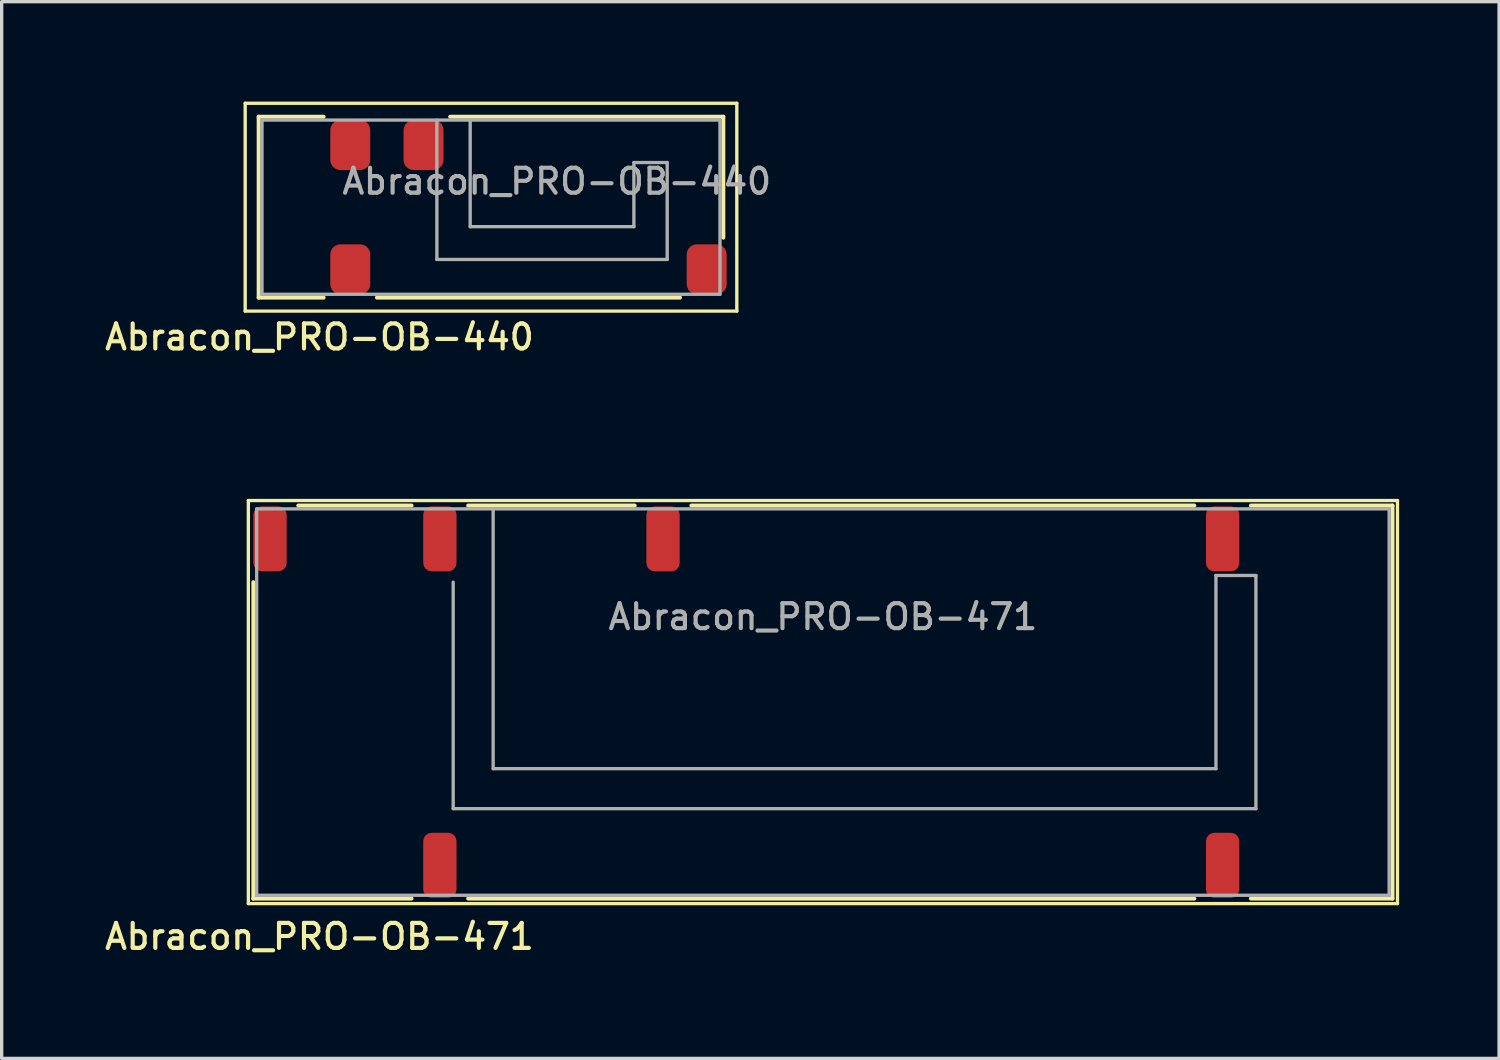
<source format=kicad_pcb>
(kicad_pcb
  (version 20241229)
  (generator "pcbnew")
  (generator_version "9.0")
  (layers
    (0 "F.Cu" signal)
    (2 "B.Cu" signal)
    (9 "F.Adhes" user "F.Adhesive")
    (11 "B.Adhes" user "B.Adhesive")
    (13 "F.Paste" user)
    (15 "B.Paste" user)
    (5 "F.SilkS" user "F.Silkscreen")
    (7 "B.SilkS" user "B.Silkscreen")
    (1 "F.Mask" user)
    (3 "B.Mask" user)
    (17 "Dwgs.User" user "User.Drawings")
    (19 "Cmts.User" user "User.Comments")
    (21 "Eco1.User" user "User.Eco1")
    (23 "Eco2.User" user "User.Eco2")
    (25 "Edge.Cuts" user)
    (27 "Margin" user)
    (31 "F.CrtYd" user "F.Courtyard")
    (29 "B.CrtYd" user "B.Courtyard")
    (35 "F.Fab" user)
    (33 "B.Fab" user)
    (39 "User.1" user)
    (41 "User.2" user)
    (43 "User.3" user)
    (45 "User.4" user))
  (footprint "Abracon_PRO-OB-471"
    (layer "F.Cu")
    (at 21.656 18.028)
    (property "Reference" "Abracon_PRO-OB-471" (at -15.115 7.04 180) (layer "F.SilkS") (effects (font (size 0.75 0.75) (thickness 0.125))))
    (attr smd)
    (fp_line (start -17.25 -6.05) (end 17.25 -6.05) (stroke (width 0.1) (type solid)) (layer "F.SilkS"))
    (fp_line (start -17.25 6.05) (end -17.25 -6.05) (stroke (width 0.1) (type solid)) (layer "F.SilkS"))
    (fp_line (start -17.1 -3.6) (end -17.1 5.9) (stroke (width 0.12) (type solid)) (layer "F.SilkS"))
    (fp_line (start -17.1 5.9) (end -12.35 5.9) (stroke (width 0.12) (type solid)) (layer "F.SilkS"))
    (fp_line (start -15.75 -5.9) (end -12.35 -5.9) (stroke (width 0.12) (type solid)) (layer "F.SilkS"))
    (fp_line (start -10.65 -5.9) (end -5.65 -5.9) (stroke (width 0.12) (type solid)) (layer "F.SilkS"))
    (fp_line (start -10.65 5.9) (end 11.15 5.9) (stroke (width 0.12) (type solid)) (layer "F.SilkS"))
    (fp_line (start -3.95 -5.9) (end 11.15 -5.9) (stroke (width 0.12) (type solid)) (layer "F.SilkS"))
    (fp_line (start 12.85 5.9) (end 17.1 5.9) (stroke (width 0.12) (type solid)) (layer "F.SilkS"))
    (fp_line (start 17.1 -5.9) (end 12.85 -5.9) (stroke (width 0.12) (type solid)) (layer "F.SilkS"))
    (fp_line (start 17.1 5.9) (end 17.1 -5.9) (stroke (width 0.12) (type solid)) (layer "F.SilkS"))
    (fp_line (start 17.25 -6.05) (end 17.25 6.05) (stroke (width 0.1) (type solid)) (layer "F.SilkS"))
    (fp_line (start 17.25 6.05) (end -17.25 6.05) (stroke (width 0.1) (type solid)) (layer "F.SilkS"))
    (fp_line (start -17 -5.8) (end -17 5.8) (stroke (width 0.1) (type solid)) (layer "F.Fab"))
    (fp_line (start -17 5.8) (end 17 5.8) (stroke (width 0.1) (type solid)) (layer "F.Fab"))
    (fp_line (start -11.1 3.2) (end -11.1 -3.6) (stroke (width 0.1) (type solid)) (layer "F.Fab"))
    (fp_line (start -9.9 -5.8) (end -9.9 2) (stroke (width 0.1) (type solid)) (layer "F.Fab"))
    (fp_line (start -9.9 2) (end 11.8 2) (stroke (width 0.1) (type solid)) (layer "F.Fab"))
    (fp_line (start 11.8 -3.8) (end 13 -3.8) (stroke (width 0.1) (type solid)) (layer "F.Fab"))
    (fp_line (start 11.8 2) (end 11.8 -3.8) (stroke (width 0.1) (type solid)) (layer "F.Fab"))
    (fp_line (start 13 -3.8) (end 13 3.2) (stroke (width 0.1) (type solid)) (layer "F.Fab"))
    (fp_line (start 13 3.2) (end -11.1 3.2) (stroke (width 0.1) (type solid)) (layer "F.Fab"))
    (fp_line (start 17 -5.8) (end -17 -5.8) (stroke (width 0.1) (type solid)) (layer "F.Fab"))
    (fp_line (start 17 5.8) (end 17 -5.8) (stroke (width 0.1) (type solid)) (layer "F.Fab"))
    (fp_text user "${REFERENCE}" (at 0 -2.56 0) (layer "F.Fab") (effects (font (size 0.75 0.75) (thickness 0.125))))
    (pad "1" smd roundrect (at -11.5 -4.9) (size 1 1.95) (layers "F.Cu" "F.Mask" "F.Paste") (roundrect_rratio 0.25))
    (pad "2" smd roundrect (at -16.6 -4.9) (size 1 1.95) (layers "F.Cu" "F.Mask" "F.Paste") (roundrect_rratio 0.25))
    (pad "3" smd roundrect (at -11.5 4.9) (size 1 1.95) (layers "F.Cu" "F.Mask" "F.Paste") (roundrect_rratio 0.25))
    (pad "4" smd roundrect (at 12 4.9) (size 1 1.95) (layers "F.Cu" "F.Mask" "F.Paste") (roundrect_rratio 0.25))
    (pad "5" smd roundrect (at 12 -4.9) (size 1 1.95) (layers "F.Cu" "F.Mask" "F.Paste") (roundrect_rratio 0.25))
    (pad "6" smd roundrect (at -4.8 -4.9) (size 1 1.95) (layers "F.Cu" "F.Mask" "F.Paste") (roundrect_rratio 0.25))
    (zone (net_name "") (layers "F.Cu" "Dwgs.User") (hatch edge 0.508) (connect_pads) (min_thickness 0.254) (filled_areas_thickness no) (keepout (tracks allowed) (vias not_allowed) (pads allowed) (copperpour not_allowed) (footprints allowed)) (placement (enabled no)) (fill) (polygon (pts (xy 10.956 14.378) (xy 9.356 14.388) (xy 9.356 11.878) (xy 10.956 11.878))))
    (zone (net_name "") (layers "F.Cu" "Dwgs.User") (hatch edge 0.508) (connect_pads) (min_thickness 0.254) (filled_areas_thickness no) (keepout (tracks not_allowed) (vias not_allowed) (pads allowed) (copperpour not_allowed) (footprints allowed)) (placement (enabled no)) (fill) (polygon (pts (xy 12.106 25.328) (xy 8.206 25.328) (xy 8.206 20.528) (xy 12.106 20.528))))
    (zone (net_name "") (layers "F.Cu" "Dwgs.User") (hatch edge 0.508) (connect_pads) (min_thickness 0.254) (filled_areas_thickness no) (keepout (tracks not_allowed) (vias not_allowed) (pads allowed) (copperpour not_allowed) (footprints allowed)) (placement (enabled no)) (fill) (polygon (pts (xy 18.806 15.528) (xy 14.906 15.528) (xy 14.906 10.728) (xy 18.806 10.728))))
    (zone (net_name "") (layers "F.Cu" "Dwgs.User") (hatch edge 0.508) (connect_pads) (min_thickness 0.254) (filled_areas_thickness no) (keepout (tracks not_allowed) (vias not_allowed) (pads allowed) (copperpour not_allowed) (footprints allowed)) (placement (enabled no)) (fill) (polygon (pts (xy 35.606 15.528) (xy 31.706 15.528) (xy 31.706 10.728) (xy 35.606 10.728))))
    (zone (net_name "") (layers "F.Cu" "Dwgs.User") (hatch edge 0.508) (connect_pads) (min_thickness 0.254) (filled_areas_thickness no) (keepout (tracks not_allowed) (vias not_allowed) (pads allowed) (copperpour not_allowed) (footprints allowed)) (placement (enabled no)) (fill) (polygon (pts (xy 35.606 25.328) (xy 31.706 25.328) (xy 31.706 20.528) (xy 35.606 20.528))))
    (zone (net_name "") (layers "F.Cu" "Dwgs.User") (hatch edge 0.508) (connect_pads) (min_thickness 0.254) (filled_areas_thickness no) (keepout (tracks not_allowed) (vias not_allowed) (pads not_allowed) (copperpour not_allowed) (footprints allowed)) (placement (enabled no)) (fill) (polygon (pts (xy 4.956 12.153) (xy 4.556 12.153) (xy 4.556 13.028) (xy 4.256 13.028) (xy 4.256 11.878) (xy 4.956 11.878))))
    (zone (net_name "") (layers "F.Cu" "Dwgs.User") (hatch edge 0.508) (connect_pads) (min_thickness 0.254) (filled_areas_thickness no) (keepout (tracks not_allowed) (vias not_allowed) (pads not_allowed) (copperpour not_allowed) (footprints allowed)) (placement (enabled no)) (fill) (polygon (pts (xy 4.956 14.103) (xy 4.556 14.103) (xy 4.556 13.228) (xy 4.256 13.228) (xy 4.256 14.378) (xy 4.956 14.378))))
    (zone (net_name "") (layers "F.Cu" "Dwgs.User") (hatch edge 0.508) (connect_pads) (min_thickness 0.254) (filled_areas_thickness no) (keepout (tracks not_allowed) (vias not_allowed) (pads not_allowed) (copperpour not_allowed) (footprints allowed)) (placement (enabled no)) (fill) (polygon (pts (xy 5.156 12.153) (xy 5.556 12.153) (xy 5.556 13.028) (xy 5.856 13.028) (xy 5.856 11.878) (xy 5.156 11.878))))
    (zone (net_name "") (layers "F.Cu" "Dwgs.User") (hatch edge 0.508) (connect_pads) (min_thickness 0.254) (filled_areas_thickness no) (keepout (tracks not_allowed) (vias not_allowed) (pads not_allowed) (copperpour not_allowed) (footprints allowed)) (placement (enabled no)) (fill) (polygon (pts (xy 5.156 14.103) (xy 5.556 14.103) (xy 5.556 13.228) (xy 5.856 13.228) (xy 5.856 14.378) (xy 5.156 14.378))))
    (zone (net_name "") (layers "B.Cu" "Dwgs.User") (hatch edge 0.508) (connect_pads) (min_thickness 0.254) (filled_areas_thickness no) (keepout (tracks not_allowed) (vias not_allowed) (pads not_allowed) (copperpour not_allowed) (footprints allowed)) (placement (enabled no)) (fill) (polygon (pts (xy 10.956 14.378) (xy 9.356 14.378) (xy 9.356 11.878) (xy 10.956 11.878))))
    (zone (net_name "") (layers "B.Cu" "Dwgs.User") (hatch edge 0.508) (connect_pads) (min_thickness 0.254) (filled_areas_thickness no) (keepout (tracks not_allowed) (vias not_allowed) (pads not_allowed) (copperpour not_allowed) (footprints allowed)) (placement (enabled no)) (fill) (polygon (pts (xy 12.106 25.328) (xy 8.206 25.328) (xy 8.206 20.528) (xy 12.106 20.528))))
    (zone (net_name "") (layers "B.Cu" "Dwgs.User") (hatch edge 0.508) (connect_pads) (min_thickness 0.254) (filled_areas_thickness no) (keepout (tracks not_allowed) (vias not_allowed) (pads not_allowed) (copperpour not_allowed) (footprints allowed)) (placement (enabled no)) (fill) (polygon (pts (xy 18.806 15.528) (xy 14.906 15.528) (xy 14.906 10.728) (xy 18.806 10.728))))
    (zone (net_name "") (layers "B.Cu" "Dwgs.User") (hatch edge 0.508) (connect_pads) (min_thickness 0.254) (filled_areas_thickness no) (keepout (tracks not_allowed) (vias not_allowed) (pads not_allowed) (copperpour not_allowed) (footprints allowed)) (placement (enabled no)) (fill) (polygon (pts (xy 35.606 15.528) (xy 31.706 15.528) (xy 31.706 10.728) (xy 35.606 10.728))))
    (zone (net_name "") (layers "B.Cu" "Dwgs.User") (hatch edge 0.508) (connect_pads) (min_thickness 0.254) (filled_areas_thickness no) (keepout (tracks not_allowed) (vias not_allowed) (pads not_allowed) (copperpour not_allowed) (footprints allowed)) (placement (enabled no)) (fill) (polygon (pts (xy 35.606 25.328) (xy 31.706 25.328) (xy 31.706 20.528) (xy 35.606 20.528)))))
  (footprint "Abracon_PRO-OB-440"
    (layer "F.Cu")
    (at 11.691 3.17)
    (property "Reference" "Abracon_PRO-OB-440" (at -5.15 3.9 0) (layer "F.SilkS") (effects (font (size 0.75 0.75) (thickness 0.125))))
    (attr smd)
    (fp_line (start -7.38 -3.12) (end 7.38 -3.12) (stroke (width 0.1) (type solid)) (layer "F.SilkS"))
    (fp_line (start -7.38 3.12) (end -7.38 -3.12) (stroke (width 0.1) (type solid)) (layer "F.SilkS"))
    (fp_line (start -6.975 -2.715) (end -6.975 2.715) (stroke (width 0.12) (type solid)) (layer "F.SilkS"))
    (fp_line (start -6.975 2.715) (end -5.025 2.715) (stroke (width 0.12) (type solid)) (layer "F.SilkS"))
    (fp_line (start -5.025 -2.715) (end -6.975 -2.715) (stroke (width 0.12) (type solid)) (layer "F.SilkS"))
    (fp_line (start -3.425 2.715) (end 5.675 2.715) (stroke (width 0.12) (type solid)) (layer "F.SilkS"))
    (fp_line (start -1.225 -2.715) (end 6.975 -2.715) (stroke (width 0.12) (type solid)) (layer "F.SilkS"))
    (fp_line (start 6.975 -2.715) (end 6.975 0.915) (stroke (width 0.12) (type solid)) (layer "F.SilkS"))
    (fp_line (start 7.38 -3.12) (end 7.38 3.12) (stroke (width 0.1) (type solid)) (layer "F.SilkS"))
    (fp_line (start 7.38 3.12) (end -7.38 3.12) (stroke (width 0.1) (type solid)) (layer "F.SilkS"))
    (fp_line (start -6.875 -2.615) (end 6.875 -2.615) (stroke (width 0.1) (type solid)) (layer "F.Fab"))
    (fp_line (start -6.875 2.615) (end -6.875 -2.615) (stroke (width 0.1) (type solid)) (layer "F.Fab"))
    (fp_line (start -1.625 1.569) (end -1.625 -2.615) (stroke (width 0.1) (type solid)) (layer "F.Fab"))
    (fp_line (start -0.625 -2.615) (end -0.625 0.585) (stroke (width 0.1) (type solid)) (layer "F.Fab"))
    (fp_line (start -0.625 0.585) (end 4.29 0.585) (stroke (width 0.1) (type solid)) (layer "F.Fab"))
    (fp_line (start 4.29 -1.34) (end 5.29 -1.34) (stroke (width 0.1) (type solid)) (layer "F.Fab"))
    (fp_line (start 4.29 0.585) (end 4.29 -1.34) (stroke (width 0.1) (type solid)) (layer "F.Fab"))
    (fp_line (start 5.29 -1.34) (end 5.29 1.569) (stroke (width 0.1) (type solid)) (layer "F.Fab"))
    (fp_line (start 5.29 1.569) (end -1.625 1.569) (stroke (width 0.1) (type solid)) (layer "F.Fab"))
    (fp_line (start 6.875 -2.615) (end 6.875 2.615) (stroke (width 0.1) (type solid)) (layer "F.Fab"))
    (fp_line (start 6.875 2.615) (end -6.875 2.615) (stroke (width 0.1) (type solid)) (layer "F.Fab"))
    (fp_text user "${REFERENCE}" (at 1.975 -0.775 0) (layer "F.Fab") (effects (font (size 0.75 0.75) (thickness 0.125))))
    (pad "1" smd roundrect (at -2.025 -1.865) (size 1.2 1.5) (layers "F.Cu" "F.Mask" "F.Paste") (roundrect_rratio 0.25))
    (pad "2" smd roundrect (at -4.225 -1.865) (size 1.2 1.5) (layers "F.Cu" "F.Mask" "F.Paste") (roundrect_rratio 0.25))
    (pad "3" smd roundrect (at -4.225 1.865) (size 1.2 1.5) (layers "F.Cu" "F.Mask" "F.Paste") (roundrect_rratio 0.25))
    (pad "4" smd roundrect (at 6.475 1.865) (size 1.2 1.5) (layers "F.Cu" "F.Mask" "F.Paste") (roundrect_rratio 0.25))
    (zone (net_name "") (layers "F.Cu" "Dwgs.User") (hatch edge 0.508) (connect_pads) (min_thickness 0.254) (filled_areas_thickness no) (keepout (tracks not_allowed) (vias not_allowed) (pads allowed) (copperpour not_allowed) (footprints allowed)) (placement (enabled no)) (fill) (polygon (pts (xy 8.591 6.335) (xy 6.341 6.335) (xy 6.341 3.735) (xy 8.591 3.735))))
    (zone (net_name "") (layers "F.Cu" "Dwgs.User") (hatch edge 0.508) (connect_pads) (min_thickness 0.254) (filled_areas_thickness no) (keepout (tracks allowed) (vias not_allowed) (pads allowed) (copperpour not_allowed) (footprints allowed)) (placement (enabled no)) (fill) (polygon (pts (xy 10.566 2.355) (xy 8.766 2.355) (xy 8.766 0.255) (xy 10.566 0.255))))
    (zone (net_name "") (layers "F.Cu" "Dwgs.User") (hatch edge 0.508) (connect_pads) (min_thickness 0.254) (filled_areas_thickness no) (keepout (tracks not_allowed) (vias not_allowed) (pads allowed) (copperpour not_allowed) (footprints allowed)) (placement (enabled no)) (fill) (polygon (pts (xy 19.391 6.435) (xy 16.941 6.435) (xy 16.941 3.635) (xy 19.391 3.635))))
    (zone (net_name "") (layers "F.Cu" "Dwgs.User") (hatch edge 0.508) (connect_pads) (min_thickness 0.254) (filled_areas_thickness no) (keepout (tracks not_allowed) (vias not_allowed) (pads not_allowed) (copperpour not_allowed) (footprints allowed)) (placement (enabled no)) (fill) (polygon (pts (xy 7.266 0.555) (xy 6.866 0.555) (xy 6.866 1.105) (xy 6.566 1.105) (xy 6.566 0.255) (xy 7.266 0.255))))
    (zone (net_name "") (layers "F.Cu" "Dwgs.User") (hatch edge 0.508) (connect_pads) (min_thickness 0.254) (filled_areas_thickness no) (keepout (tracks not_allowed) (vias not_allowed) (pads not_allowed) (copperpour not_allowed) (footprints allowed)) (placement (enabled no)) (fill) (polygon (pts (xy 7.266 2.055) (xy 6.866 2.055) (xy 6.866 1.505) (xy 6.566 1.505) (xy 6.566 2.355) (xy 7.266 2.355))))
    (zone (net_name "") (layers "F.Cu" "Dwgs.User") (hatch edge 0.508) (connect_pads) (min_thickness 0.254) (filled_areas_thickness no) (keepout (tracks not_allowed) (vias not_allowed) (pads not_allowed) (copperpour not_allowed) (footprints allowed)) (placement (enabled no)) (fill) (polygon (pts (xy 7.666 0.555) (xy 8.066 0.555) (xy 8.066 1.105) (xy 8.366 1.105) (xy 8.366 0.255) (xy 7.666 0.255))))
    (zone (net_name "") (layers "F.Cu" "Dwgs.User") (hatch edge 0.508) (connect_pads) (min_thickness 0.254) (filled_areas_thickness no) (keepout (tracks not_allowed) (vias not_allowed) (pads not_allowed) (copperpour not_allowed) (footprints allowed)) (placement (enabled no)) (fill) (polygon (pts (xy 7.666 2.055) (xy 8.066 2.055) (xy 8.066 1.505) (xy 8.366 1.505) (xy 8.366 2.355) (xy 7.666 2.355))))
    (zone (net_name "") (layers "B.Cu" "Dwgs.User") (hatch edge 0.508) (connect_pads) (min_thickness 0.254) (filled_areas_thickness no) (keepout (tracks not_allowed) (vias not_allowed) (pads not_allowed) (copperpour not_allowed) (footprints allowed)) (placement (enabled no)) (fill) (polygon (pts (xy 8.591 6.335) (xy 6.341 6.335) (xy 6.341 3.735) (xy 8.591 3.735))))
    (zone (net_name "") (layers "B.Cu" "Dwgs.User") (hatch edge 0.508) (connect_pads) (min_thickness 0.254) (filled_areas_thickness no) (keepout (tracks not_allowed) (vias not_allowed) (pads not_allowed) (copperpour not_allowed) (footprints allowed)) (placement (enabled no)) (fill) (polygon (pts (xy 10.566 2.355) (xy 8.766 2.355) (xy 8.766 0.255) (xy 10.566 0.255))))
    (zone (net_name "") (layers "B.Cu" "Dwgs.User") (hatch edge 0.508) (connect_pads) (min_thickness 0.254) (filled_areas_thickness no) (keepout (tracks not_allowed) (vias not_allowed) (pads not_allowed) (copperpour not_allowed) (footprints allowed)) (placement (enabled no)) (fill) (polygon (pts (xy 19.391 6.435) (xy 16.941 6.435) (xy 16.941 3.635) (xy 19.391 3.635)))))
  (gr_rect
    (start -3 -3)
    (end 41.956 28.726)
    (stroke (width 0.1) (type default))
    (fill no)
    (layer "Edge.Cuts")))
</source>
